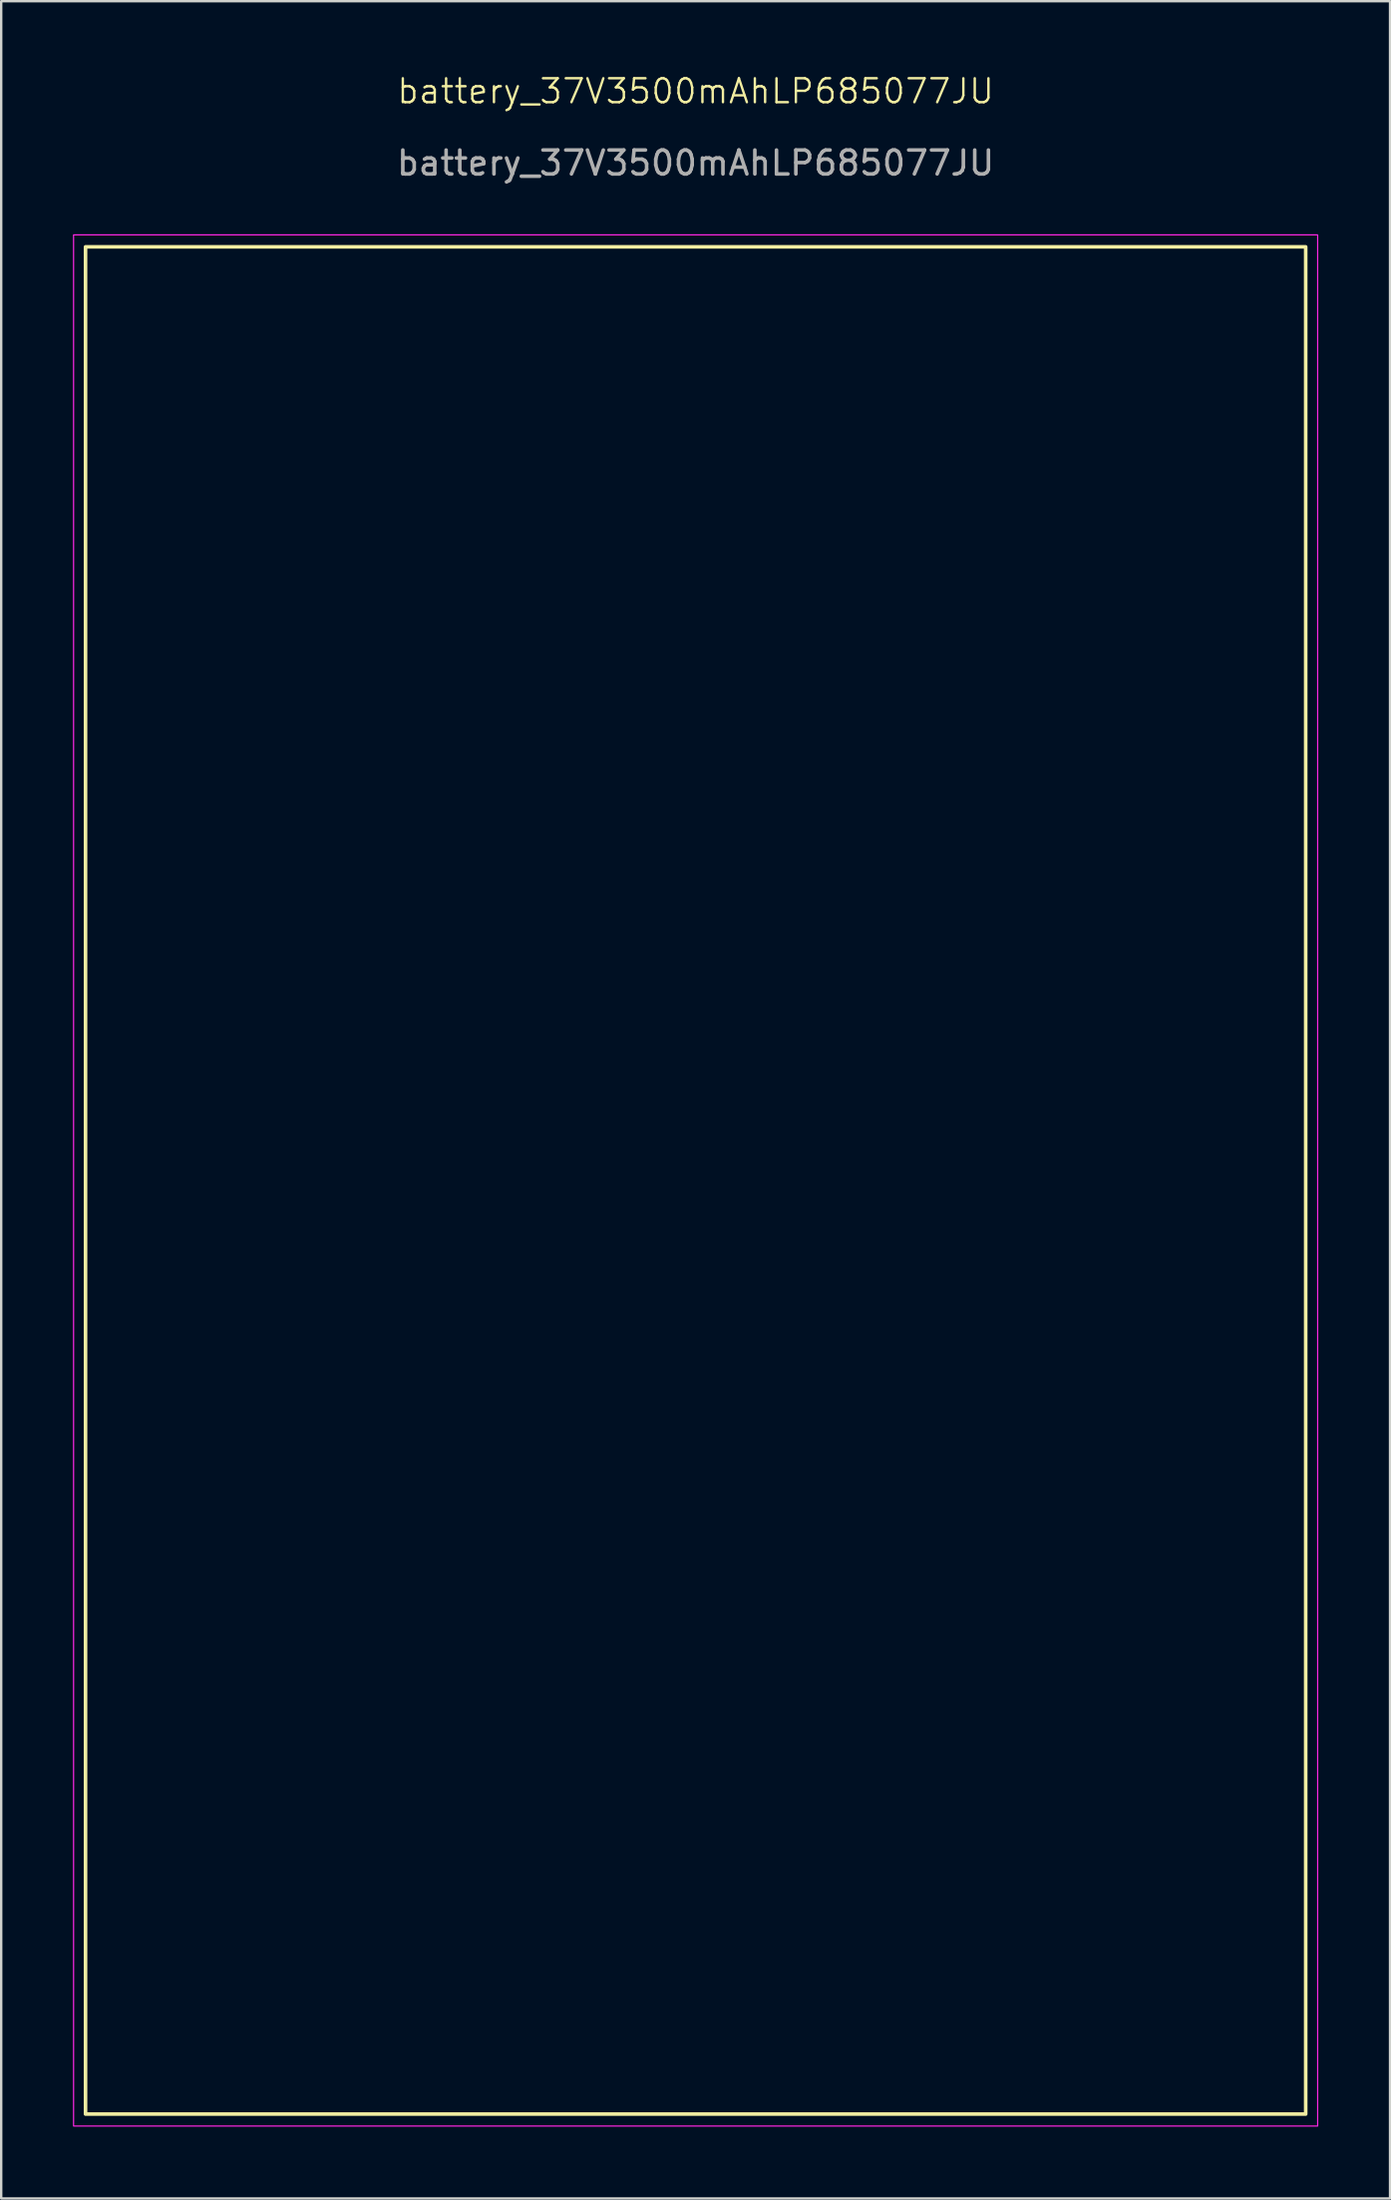
<source format=kicad_pcb>
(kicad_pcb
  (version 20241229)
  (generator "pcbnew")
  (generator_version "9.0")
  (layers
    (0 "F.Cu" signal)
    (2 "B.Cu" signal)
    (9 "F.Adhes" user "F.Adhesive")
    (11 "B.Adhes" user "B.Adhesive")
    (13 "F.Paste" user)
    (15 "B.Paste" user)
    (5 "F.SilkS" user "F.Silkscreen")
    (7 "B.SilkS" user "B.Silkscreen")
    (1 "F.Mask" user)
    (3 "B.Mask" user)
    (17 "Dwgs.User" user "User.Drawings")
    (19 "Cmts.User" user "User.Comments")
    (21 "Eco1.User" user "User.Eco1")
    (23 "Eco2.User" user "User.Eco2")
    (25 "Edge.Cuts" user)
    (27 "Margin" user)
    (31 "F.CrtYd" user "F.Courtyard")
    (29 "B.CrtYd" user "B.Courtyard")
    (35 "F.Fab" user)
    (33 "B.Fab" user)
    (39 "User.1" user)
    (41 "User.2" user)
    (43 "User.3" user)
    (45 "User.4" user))
  (footprint "battery_37V3500mAhLP685077JU"
    (layer "F.Cu")
    (at 26.025 12.261)
    (property "Reference" "battery_37V3500mAhLP685077JU" (at 0 -11.5 0) (unlocked yes) (layer "F.SilkS") (effects (font (size 1 1) (thickness 0.1))))
    (attr smd)
    (fp_rect (start -25.5 -5) (end 25.5 73) (stroke (width 0.15) (type solid)) (fill no) (layer "F.SilkS"))
    (fp_rect (start -26 -5.5) (end 26 73.5) (stroke (width 0.05) (type default)) (fill no) (layer "F.CrtYd"))
    (fp_text user "${REFERENCE}" (at 0 -8.5 0) (unlocked yes) (layer "F.Fab") (effects (font (size 1 1) (thickness 0.15)))))
  (gr_rect
    (start -3 -3)
    (end 55.05 88.785)
    (stroke (width 0.1) (type default))
    (fill no)
    (layer "Edge.Cuts")))
</source>
